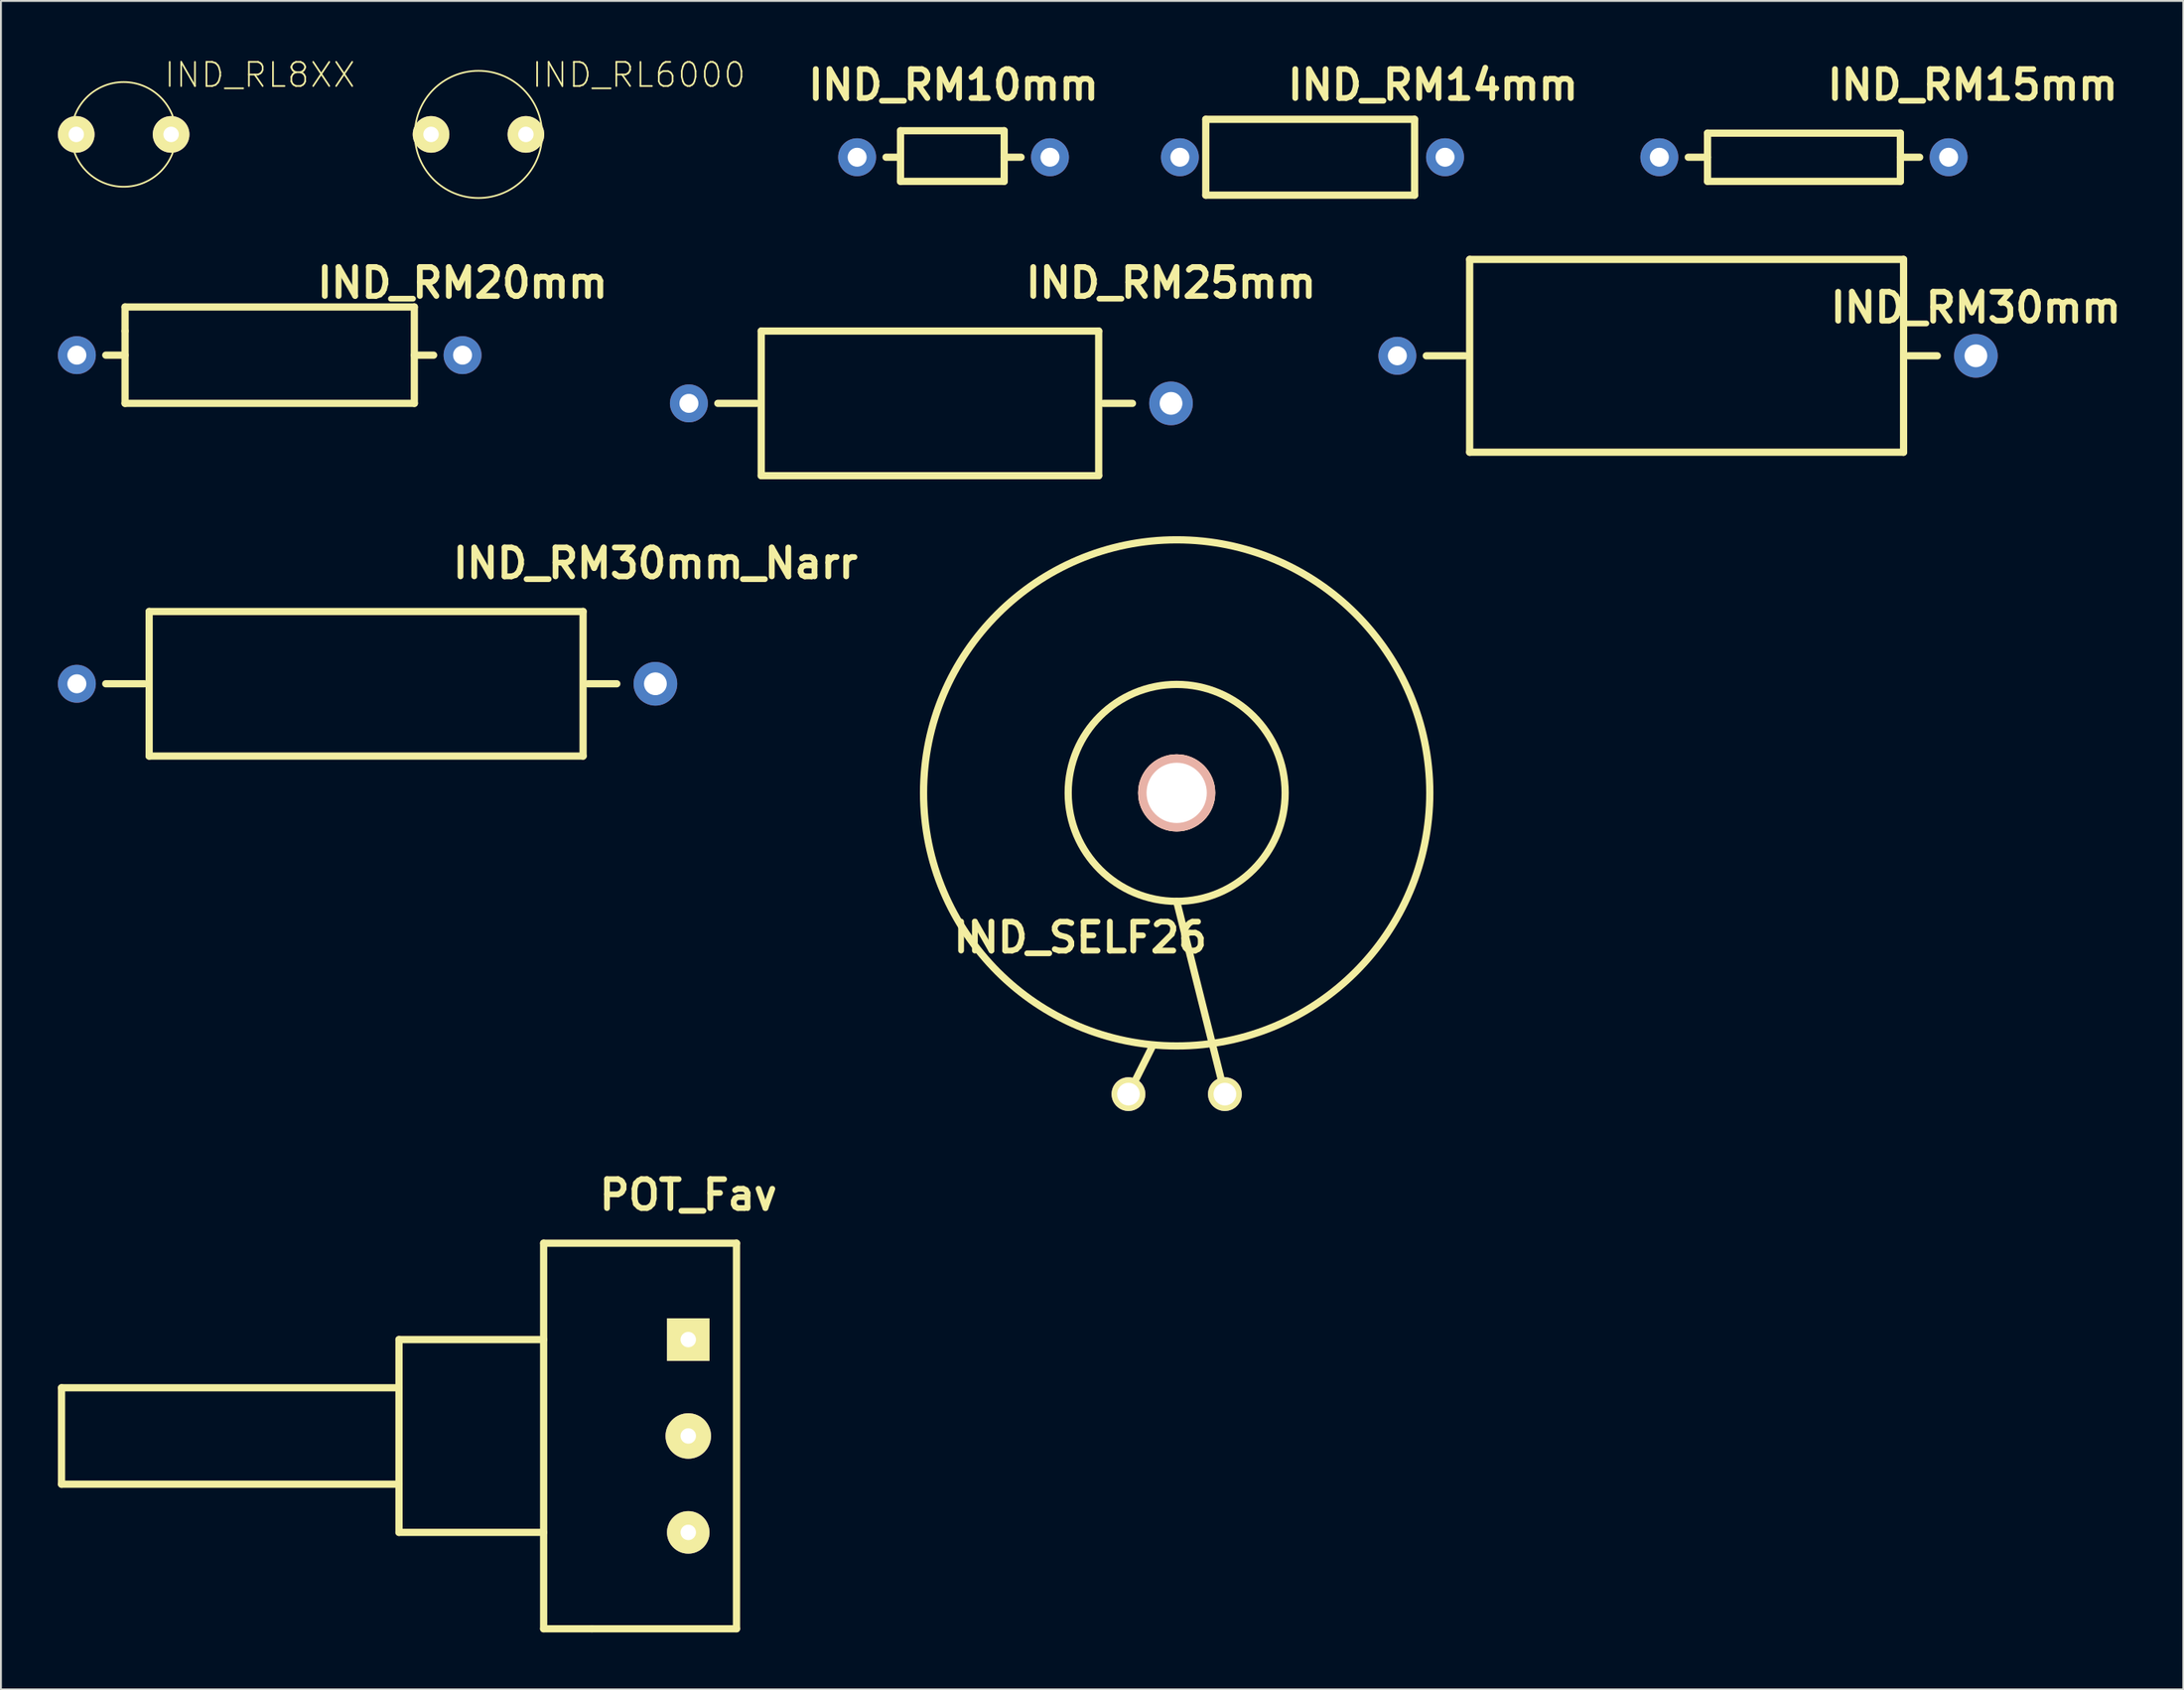
<source format=kicad_pcb>
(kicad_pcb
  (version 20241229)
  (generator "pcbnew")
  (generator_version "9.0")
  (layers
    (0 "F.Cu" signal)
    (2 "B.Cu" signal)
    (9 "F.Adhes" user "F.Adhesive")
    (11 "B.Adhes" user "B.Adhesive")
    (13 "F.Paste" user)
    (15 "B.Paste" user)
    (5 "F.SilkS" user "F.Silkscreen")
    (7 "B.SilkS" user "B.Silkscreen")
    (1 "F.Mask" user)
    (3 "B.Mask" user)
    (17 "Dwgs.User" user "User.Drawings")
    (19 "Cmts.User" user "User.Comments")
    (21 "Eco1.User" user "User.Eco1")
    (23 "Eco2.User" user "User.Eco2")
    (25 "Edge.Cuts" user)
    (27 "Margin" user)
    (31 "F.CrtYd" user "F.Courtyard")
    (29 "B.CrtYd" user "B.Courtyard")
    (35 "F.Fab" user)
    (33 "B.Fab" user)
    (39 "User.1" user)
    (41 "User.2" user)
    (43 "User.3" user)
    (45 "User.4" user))
  (footprint "IND_RM30mm_Narr"
    (layer "F.Cu")
    (at 16.239 32.983)
    (property "Reference" "IND_RM30mm_Narr" (at 15.24 -6.35 0) (layer "F.SilkS") (effects (font (size 1.524 1.524) (thickness 0.305))))
    (attr through_hole)
    (fp_line (start -11.684 0) (end -13.716 0) (stroke (width 0.381) (type solid)) (layer "F.SilkS"))
    (fp_line (start -11.43 -3.81) (end -11.43 3.81) (stroke (width 0.381) (type solid)) (layer "F.SilkS"))
    (fp_line (start -11.43 -3.81) (end 11.43 -3.81) (stroke (width 0.381) (type solid)) (layer "F.SilkS"))
    (fp_line (start -11.43 3.81) (end 11.43 3.81) (stroke (width 0.381) (type solid)) (layer "F.SilkS"))
    (fp_line (start 11.43 -3.81) (end 11.43 3.81) (stroke (width 0.381) (type solid)) (layer "F.SilkS"))
    (fp_line (start 11.684 0) (end 13.208 0) (stroke (width 0.381) (type solid)) (layer "F.SilkS"))
    (pad "1" thru_hole circle (at -15.24 0) (size 1.999 1.999) (drill 1.001) (layers "*.Cu"))
    (pad "2" thru_hole circle (at 15.24 0) (size 2.301 2.301) (drill 1.199) (layers "*.Cu")))
  (footprint "IND_RL8XX"
    (layer "F.Cu")
    (at 3.465 4.033)
    (property "Reference" "IND_RL8XX" (at 7.173 -3.134 0) (layer "F.SilkS") (effects (font (size 1.27 1.27) (thickness 0.089))))
    (attr exclude_from_pos_files exclude_from_bom)
    (fp_circle (center 0 0) (end -1.951 1.951) (stroke (width 0.089) (type solid)) (fill no) (layer "F.SilkS"))
    (pad "1" thru_hole circle (at -2.499 0) (size 1.93 1.93) (drill 0.813) (layers "*.Cu" "F.Mask" "F.SilkS" "F.Paste"))
    (pad "2" thru_hole circle (at 2.499 0) (size 1.93 1.93) (drill 0.813) (layers "*.Cu" "F.Mask" "F.SilkS" "F.Paste")))
  (footprint "POT_Fav"
    (layer "F.Cu")
    (at 28.131 72.622)
    (property "Reference" "POT_Fav" (at 5.08 -12.7 0) (layer "F.SilkS") (effects (font (size 1.524 1.524) (thickness 0.305))))
    (attr through_hole)
    (fp_line (start -27.94 -2.54) (end -27.94 2.54) (stroke (width 0.381) (type solid)) (layer "F.SilkS"))
    (fp_line (start -27.94 2.54) (end -10.16 2.54) (stroke (width 0.381) (type solid)) (layer "F.SilkS"))
    (fp_line (start -10.16 -5.08) (end -10.16 5.08) (stroke (width 0.381) (type solid)) (layer "F.SilkS"))
    (fp_line (start -10.16 -2.54) (end -27.94 -2.54) (stroke (width 0.381) (type solid)) (layer "F.SilkS"))
    (fp_line (start -10.16 5.08) (end -2.54 5.08) (stroke (width 0.381) (type solid)) (layer "F.SilkS"))
    (fp_line (start -2.54 -10.16) (end 7.62 -10.16) (stroke (width 0.381) (type solid)) (layer "F.SilkS"))
    (fp_line (start -2.54 -5.08) (end -10.16 -5.08) (stroke (width 0.381) (type solid)) (layer "F.SilkS"))
    (fp_line (start -2.54 10.16) (end -2.54 -10.16) (stroke (width 0.381) (type solid)) (layer "F.SilkS"))
    (fp_line (start 0 10.16) (end -2.54 10.16) (stroke (width 0.381) (type solid)) (layer "F.SilkS"))
    (fp_line (start 7.62 -10.16) (end 7.62 10.16) (stroke (width 0.381) (type solid)) (layer "F.SilkS"))
    (fp_line (start 7.62 10.16) (end 0 10.16) (stroke (width 0.381) (type solid)) (layer "F.SilkS"))
    (pad "1" thru_hole rect (at 5.08 -5.08) (size 2.24 2.24) (drill 0.813) (layers "*.Cu" "*.Mask" "F.SilkS"))
    (pad "2" thru_hole circle (at 5.08 0) (size 2.395 2.395) (drill 0.813) (layers "*.Cu" "*.Mask" "F.SilkS"))
    (pad "3" thru_hole circle (at 5.08 5.08) (size 2.24 2.24) (drill 0.813) (layers "*.Cu" "*.Mask" "F.SilkS")))
  (footprint "IND_SELF26"
    (layer "F.Cu")
    (at 58.942 38.732)
    (property "Reference" "IND_SELF26" (at -5.08 7.62 0) (layer "F.SilkS") (effects (font (size 1.524 1.524) (thickness 0.305))))
    (attr through_hole)
    (fp_line (start -2.54 15.875) (end -1.27 13.335) (stroke (width 0.381) (type solid)) (layer "F.SilkS"))
    (fp_line (start 2.54 15.875) (end 0 5.715) (stroke (width 0.381) (type solid)) (layer "F.SilkS"))
    (fp_circle (center 0 0) (end -13.335 0) (stroke (width 0.381) (type solid)) (fill no) (layer "F.SilkS"))
    (fp_circle (center 0 0) (end 5.715 0) (stroke (width 0.381) (type solid)) (fill no) (layer "F.SilkS"))
    (pad "" thru_hole circle (at 0 0) (size 4.064 4.064) (drill 3.175) (layers "*.Cu" "*.SilkS" "*.Mask"))
    (pad "1" thru_hole circle (at -2.54 15.875) (size 1.778 1.778) (drill 1.194) (layers "*.Cu" "*.Mask" "F.SilkS"))
    (pad "2" thru_hole circle (at 2.54 15.875) (size 1.778 1.778) (drill 1.194) (layers "*.Cu" "*.Mask" "F.SilkS")))
  (footprint "IND_RM20mm"
    (layer "F.Cu")
    (at 11.159 15.666)
    (property "Reference" "IND_RM20mm" (at 10.16 -3.81 0) (layer "F.SilkS") (effects (font (size 1.524 1.524) (thickness 0.305))))
    (attr through_hole)
    (fp_line (start -7.62 -2.54) (end 7.62 -2.54) (stroke (width 0.381) (type solid)) (layer "F.SilkS"))
    (fp_line (start -7.62 -1.27) (end -7.62 -2.54) (stroke (width 0.381) (type solid)) (layer "F.SilkS"))
    (fp_line (start -7.62 0) (end -8.636 0) (stroke (width 0.381) (type solid)) (layer "F.SilkS"))
    (fp_line (start -7.62 2.54) (end -7.62 -1.27) (stroke (width 0.381) (type solid)) (layer "F.SilkS"))
    (fp_line (start 7.62 -2.54) (end 7.62 2.54) (stroke (width 0.381) (type solid)) (layer "F.SilkS"))
    (fp_line (start 7.62 0) (end 8.636 0) (stroke (width 0.381) (type solid)) (layer "F.SilkS"))
    (fp_line (start 7.62 2.54) (end -7.62 2.54) (stroke (width 0.381) (type solid)) (layer "F.SilkS"))
    (pad "1" thru_hole circle (at -10.16 0) (size 1.999 1.999) (drill 1.001) (layers "*.Cu"))
    (pad "2" thru_hole circle (at 10.16 0) (size 1.999 1.999) (drill 1.001) (layers "*.Cu")))
  (footprint "IND_RM14mm"
    (layer "F.Cu")
    (at 66.096 5.236)
    (property "Reference" "IND_RM14mm" (at 6.35 -3.81 0) (layer "F.SilkS") (effects (font (size 1.524 1.524) (thickness 0.305))))
    (attr through_hole)
    (fp_line (start -5.621 -1.999) (end 5.38 -1.999) (stroke (width 0.381) (type solid)) (layer "F.SilkS"))
    (fp_line (start -5.621 1.999) (end -5.621 -1.999) (stroke (width 0.381) (type solid)) (layer "F.SilkS"))
    (fp_line (start 5.38 -1.999) (end 5.38 1.999) (stroke (width 0.381) (type solid)) (layer "F.SilkS"))
    (fp_line (start 5.38 1.999) (end -5.621 1.999) (stroke (width 0.381) (type solid)) (layer "F.SilkS"))
    (pad "1" thru_hole circle (at -6.985 0) (size 1.999 1.999) (drill 1.001) (layers "*.Cu"))
    (pad "2" thru_hole circle (at 6.985 0) (size 1.999 1.999) (drill 1.001) (layers "*.Cu")))
  (footprint "IND_RM30mm"
    (layer "F.Cu")
    (at 85.808 15.7)
    (property "Reference" "IND_RM30mm" (at 15.24 -2.54 0) (layer "F.SilkS") (effects (font (size 1.524 1.524) (thickness 0.305))))
    (attr through_hole)
    (fp_line (start -11.684 0) (end -13.716 0) (stroke (width 0.381) (type solid)) (layer "F.SilkS"))
    (fp_line (start -11.43 -5.08) (end 11.43 -5.08) (stroke (width 0.381) (type solid)) (layer "F.SilkS"))
    (fp_line (start -11.43 5.08) (end -11.43 -5.08) (stroke (width 0.381) (type solid)) (layer "F.SilkS"))
    (fp_line (start 11.43 -5.08) (end 11.43 5.08) (stroke (width 0.381) (type solid)) (layer "F.SilkS"))
    (fp_line (start 11.43 5.08) (end -11.43 5.08) (stroke (width 0.381) (type solid)) (layer "F.SilkS"))
    (fp_line (start 11.684 0) (end 13.208 0) (stroke (width 0.381) (type solid)) (layer "F.SilkS"))
    (pad "1" thru_hole circle (at -15.24 0) (size 1.999 1.999) (drill 1.001) (layers "*.Cu"))
    (pad "2" thru_hole circle (at 15.24 0) (size 2.301 2.301) (drill 1.199) (layers "*.Cu")))
  (footprint "IND_RM15mm"
    (layer "F.Cu")
    (at 91.99 5.236)
    (property "Reference" "IND_RM15mm" (at 8.89 -3.81 0) (layer "F.SilkS") (effects (font (size 1.524 1.524) (thickness 0.305))))
    (attr through_hole)
    (fp_line (start -5.08 -1.27) (end 5.08 -1.27) (stroke (width 0.381) (type solid)) (layer "F.SilkS"))
    (fp_line (start -5.08 0) (end -6.096 0) (stroke (width 0.381) (type solid)) (layer "F.SilkS"))
    (fp_line (start -5.08 1.27) (end -5.08 -1.27) (stroke (width 0.381) (type solid)) (layer "F.SilkS"))
    (fp_line (start 5.08 -1.27) (end 5.08 1.27) (stroke (width 0.381) (type solid)) (layer "F.SilkS"))
    (fp_line (start 5.08 0) (end 6.096 0) (stroke (width 0.381) (type solid)) (layer "F.SilkS"))
    (fp_line (start 5.08 1.27) (end -5.08 1.27) (stroke (width 0.381) (type solid)) (layer "F.SilkS"))
    (pad "1" thru_hole circle (at -7.62 0) (size 1.999 1.999) (drill 1.001) (layers "*.Cu"))
    (pad "2" thru_hole circle (at 7.62 0) (size 1.999 1.999) (drill 1.001) (layers "*.Cu")))
  (footprint "IND_RL6000"
    (layer "F.Cu")
    (at 22.158 4.033)
    (property "Reference" "IND_RL6000" (at 8.443 -3.134 0) (layer "F.SilkS") (effects (font (size 1.27 1.27) (thickness 0.089))))
    (attr exclude_from_pos_files exclude_from_bom)
    (fp_circle (center 0 0) (end -2.37 2.37) (stroke (width 0.089) (type solid)) (fill no) (layer "F.SilkS"))
    (pad "1" thru_hole circle (at -2.499 0) (size 1.93 1.93) (drill 0.813) (layers "*.Cu" "F.Mask" "F.SilkS" "F.Paste"))
    (pad "2" thru_hole circle (at 2.499 0) (size 1.93 1.93) (drill 0.813) (layers "*.Cu" "F.Mask" "F.SilkS" "F.Paste")))
  (footprint "IND_RM25mm"
    (layer "F.Cu")
    (at 45.944 18.206)
    (property "Reference" "IND_RM25mm" (at 12.7 -6.35 0) (layer "F.SilkS") (effects (font (size 1.524 1.524) (thickness 0.305))))
    (attr through_hole)
    (fp_line (start -9.144 0) (end -11.176 0) (stroke (width 0.381) (type solid)) (layer "F.SilkS"))
    (fp_line (start -8.89 -3.81) (end -8.89 3.81) (stroke (width 0.381) (type solid)) (layer "F.SilkS"))
    (fp_line (start -8.89 3.81) (end 8.89 3.81) (stroke (width 0.381) (type solid)) (layer "F.SilkS"))
    (fp_line (start 8.89 -3.81) (end -8.89 -3.81) (stroke (width 0.381) (type solid)) (layer "F.SilkS"))
    (fp_line (start 8.89 3.81) (end 8.89 -3.81) (stroke (width 0.381) (type solid)) (layer "F.SilkS"))
    (fp_line (start 9.144 0) (end 10.668 0) (stroke (width 0.381) (type solid)) (layer "F.SilkS"))
    (pad "1" thru_hole circle (at -12.7 0) (size 1.999 1.999) (drill 1.001) (layers "*.Cu"))
    (pad "2" thru_hole circle (at 12.7 0) (size 2.301 2.301) (drill 1.199) (layers "*.Cu")))
  (footprint "IND_RM10mm"
    (layer "F.Cu")
    (at 47.187 5.236)
    (property "Reference" "IND_RM10mm" (at 0 -3.81 0) (layer "F.SilkS") (effects (font (size 1.524 1.524) (thickness 0.305))))
    (attr through_hole)
    (fp_line (start -2.794 -1.397) (end 2.667 -1.397) (stroke (width 0.381) (type solid)) (layer "F.SilkS"))
    (fp_line (start -2.794 0) (end -3.556 0) (stroke (width 0.381) (type solid)) (layer "F.SilkS"))
    (fp_line (start -2.794 1.27) (end -2.794 -1.397) (stroke (width 0.381) (type solid)) (layer "F.SilkS"))
    (fp_line (start 2.667 -1.397) (end 2.667 1.27) (stroke (width 0.381) (type solid)) (layer "F.SilkS"))
    (fp_line (start 2.667 0) (end 3.556 0) (stroke (width 0.381) (type solid)) (layer "F.SilkS"))
    (fp_line (start 2.667 1.27) (end -2.794 1.27) (stroke (width 0.381) (type solid)) (layer "F.SilkS"))
    (pad "1" thru_hole circle (at -5.08 0) (size 1.999 1.999) (drill 1.001) (layers "*.Cu"))
    (pad "2" thru_hole circle (at 5.08 0) (size 1.999 1.999) (drill 1.001) (layers "*.Cu")))
  (gr_rect
    (start -3 -3)
    (end 111.973 85.973)
    (stroke (width 0.1) (type default))
    (fill no)
    (layer "Edge.Cuts")))
</source>
